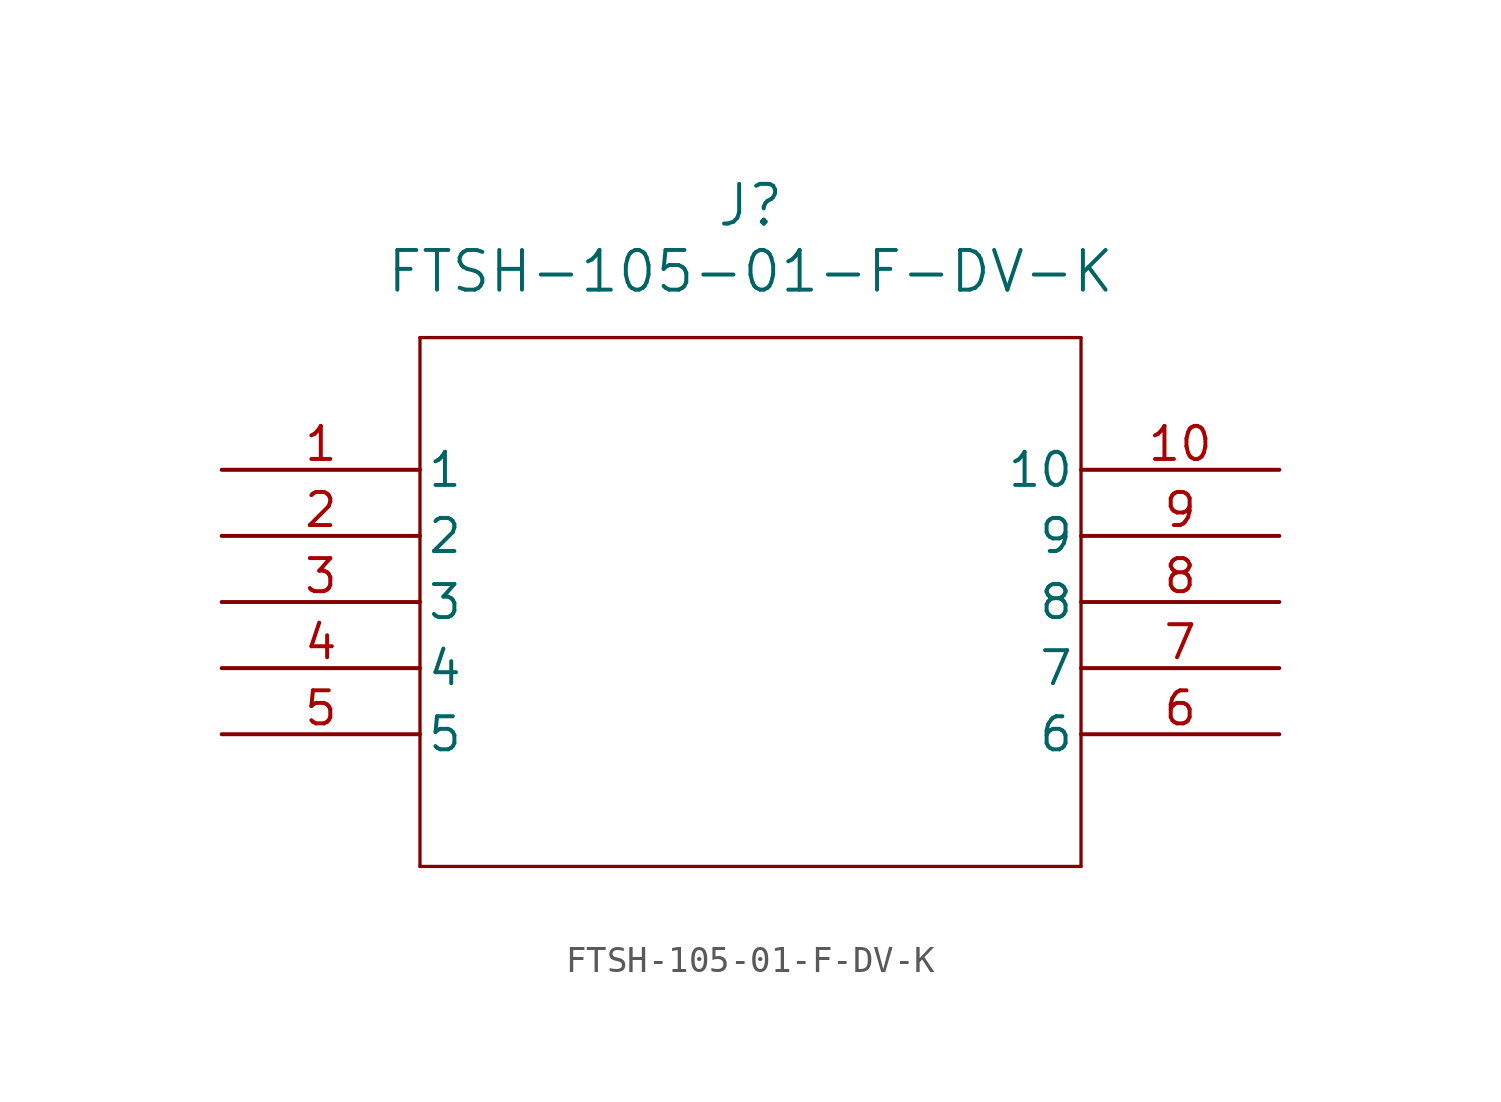
<source format=kicad_sym>
(kicad_symbol_lib
  (version 20211014)
  (generator kicad_symbol_editor)
  (symbol "FTSH-105-01-F-DV-K"
    (pin_names
      (offset 0.254))
    (property "Reference" "J"
      (at 20.32 10.16 0)
      (effects (font (size 1.524 1.524))))
    (property "Value" "FTSH-105-01-F-DV-K"
      (at 20.32 7.62 0)
      (effects (font (size 1.524 1.524))))
    (symbol "FTSH-105-01-F-DV-K_0_1"
      (polyline (pts (xy 7.62 5.08) (xy 7.62 -15.24)) (stroke (width 0.127) (type default) (color 0 0 0 0)) (fill (type none)))
      (polyline (pts (xy 7.62 -15.24) (xy 33.02 -15.24)) (stroke (width 0.127) (type default) (color 0 0 0 0)) (fill (type none)))
      (polyline (pts (xy 33.02 -15.24) (xy 33.02 5.08)) (stroke (width 0.127) (type default) (color 0 0 0 0)) (fill (type none)))
      (polyline (pts (xy 33.02 5.08) (xy 7.62 5.08)) (stroke (width 0.127) (type default) (color 0 0 0 0)) (fill (type none)))
      (pin unspecified line (at 0 0 0) (length 7.62) (name "1" (effects (font (size 1.27 1.27)))) (number "1" (effects (font (size 1.27 1.27)))))
      (pin unspecified line (at 0 -2.54 0) (length 7.62) (name "2" (effects (font (size 1.27 1.27)))) (number "2" (effects (font (size 1.27 1.27)))))
      (pin unspecified line (at 0 -5.08 0) (length 7.62) (name "3" (effects (font (size 1.27 1.27)))) (number "3" (effects (font (size 1.27 1.27)))))
      (pin unspecified line (at 0 -7.62 0) (length 7.62) (name "4" (effects (font (size 1.27 1.27)))) (number "4" (effects (font (size 1.27 1.27)))))
      (pin unspecified line (at 0 -10.16 0) (length 7.62) (name "5" (effects (font (size 1.27 1.27)))) (number "5" (effects (font (size 1.27 1.27)))))
      (pin unspecified line (at 40.64 -10.16 180) (length 7.62) (name "6" (effects (font (size 1.27 1.27)))) (number "6" (effects (font (size 1.27 1.27)))))
      (pin unspecified line (at 40.64 -7.62 180) (length 7.62) (name "7" (effects (font (size 1.27 1.27)))) (number "7" (effects (font (size 1.27 1.27)))))
      (pin unspecified line (at 40.64 -5.08 180) (length 7.62) (name "8" (effects (font (size 1.27 1.27)))) (number "8" (effects (font (size 1.27 1.27)))))
      (pin unspecified line (at 40.64 -2.54 180) (length 7.62) (name "9" (effects (font (size 1.27 1.27)))) (number "9" (effects (font (size 1.27 1.27)))))
      (pin unspecified line (at 40.64 0 180) (length 7.62) (name "10" (effects (font (size 1.27 1.27)))) (number "10" (effects (font (size 1.27 1.27))))))))
</source>
